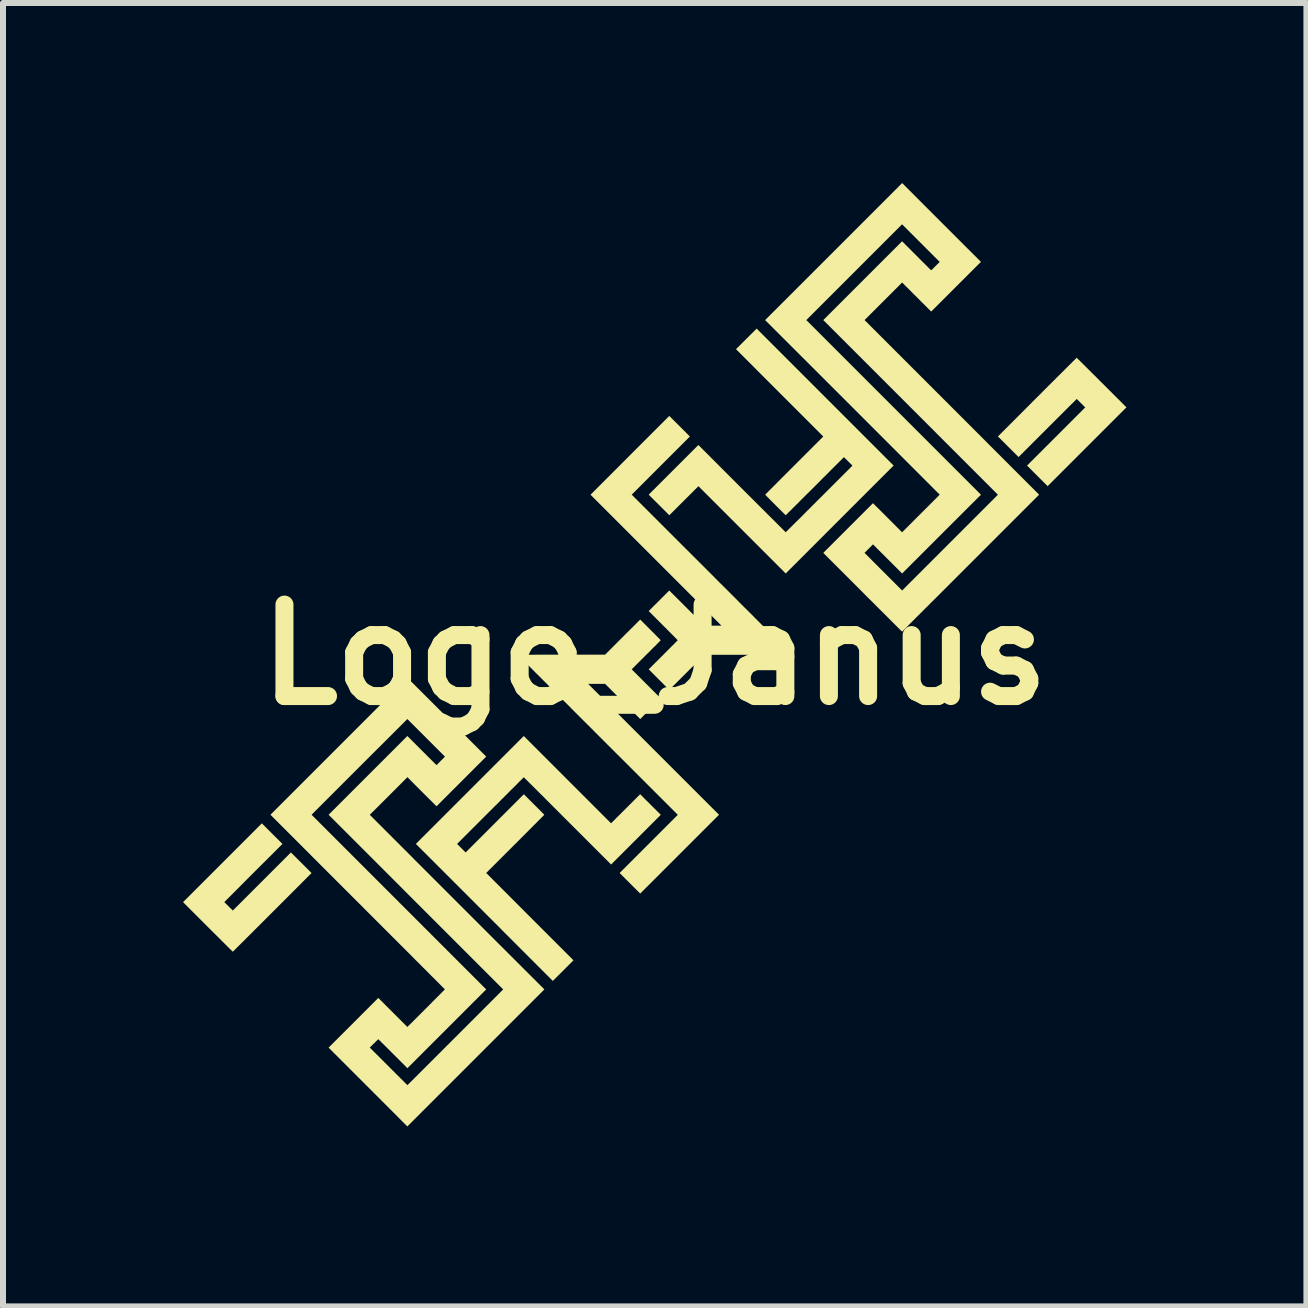
<source format=kicad_pcb>
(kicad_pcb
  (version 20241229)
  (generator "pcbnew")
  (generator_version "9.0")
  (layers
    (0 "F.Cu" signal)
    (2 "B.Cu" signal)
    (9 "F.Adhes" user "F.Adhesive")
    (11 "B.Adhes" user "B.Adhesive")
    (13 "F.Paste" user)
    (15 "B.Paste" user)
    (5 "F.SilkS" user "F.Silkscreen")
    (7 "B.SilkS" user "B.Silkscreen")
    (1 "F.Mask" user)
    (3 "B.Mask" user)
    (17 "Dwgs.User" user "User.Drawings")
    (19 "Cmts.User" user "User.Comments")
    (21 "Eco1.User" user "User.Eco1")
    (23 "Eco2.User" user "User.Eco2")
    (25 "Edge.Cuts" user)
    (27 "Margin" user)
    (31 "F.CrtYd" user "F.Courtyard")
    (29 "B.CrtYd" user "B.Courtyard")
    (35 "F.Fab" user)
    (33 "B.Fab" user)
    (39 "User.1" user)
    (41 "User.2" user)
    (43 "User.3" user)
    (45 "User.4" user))
  (footprint "Logo_Janus"
    (layer "F.Cu")
    (at 7.858 7.858)
    (property "Reference" "Logo_Janus" (at 0 0 0) (layer "F.SilkS") (effects (font (size 1.524 1.524) (thickness 0.3))))
    (attr board_only exclude_from_pos_files exclude_from_bom)
    (fp_poly (pts (xy 7.033 -4.946) (xy 7.037 -4.941) (xy 7.045 -4.934) (xy 7.054 -4.925) (xy 7.066 -4.913) (xy 7.081 -4.899) (xy 7.097 -4.882) (xy 7.116 -4.864) (xy 7.136 -4.843) (xy 7.159 -4.821) (xy 7.183 -4.797) (xy 7.209 -4.771) (xy 7.236 -4.744) (xy 7.265 -4.715) (xy 7.295 -4.685) (xy 7.327 -4.654) (xy 7.359 -4.622) (xy 7.392 -4.589) (xy 7.426 -4.554) (xy 7.447 -4.534) (xy 7.86 -4.121) (xy 7.203 -3.464) (xy 6.547 -2.808) (xy 6.376 -2.979) (xy 6.204 -3.151) (xy 6.689 -3.635) (xy 7.173 -4.12) (xy 7.032 -4.261) (xy 6.547 -3.777) (xy 6.063 -3.293) (xy 5.719 -3.636) (xy 6.374 -4.292) (xy 6.418 -4.335) (xy 6.46 -4.378) (xy 6.502 -4.42) (xy 6.543 -4.461) (xy 6.583 -4.501) (xy 6.622 -4.54) (xy 6.66 -4.577) (xy 6.696 -4.614) (xy 6.731 -4.649) (xy 6.765 -4.682) (xy 6.797 -4.714) (xy 6.828 -4.745) (xy 6.856 -4.773) (xy 6.883 -4.8) (xy 6.908 -4.825) (xy 6.931 -4.847) (xy 6.952 -4.868) (xy 6.97 -4.887) (xy 6.987 -4.903) (xy 7.001 -4.917) (xy 7.012 -4.928) (xy 7.021 -4.937) (xy 7.027 -4.943) (xy 7.031 -4.946) (xy 7.031 -4.947)) (stroke (width 0) (type solid)) (fill yes) (layer "F.SilkS"))
    (fp_poly (pts (xy -6.374 2.982) (xy -6.202 3.153) (xy -6.687 3.637) (xy -7.171 4.122) (xy -7.1 4.193) (xy -7.029 4.263) (xy -6.545 3.779) (xy -6.061 3.295) (xy -5.889 3.466) (xy -5.717 3.638) (xy -6.372 4.294) (xy -6.416 4.337) (xy -6.458 4.38) (xy -6.5 4.422) (xy -6.541 4.463) (xy -6.581 4.503) (xy -6.62 4.542) (xy -6.658 4.579) (xy -6.694 4.616) (xy -6.729 4.651) (xy -6.763 4.684) (xy -6.795 4.716) (xy -6.825 4.747) (xy -6.854 4.775) (xy -6.881 4.802) (xy -6.906 4.827) (xy -6.929 4.85) (xy -6.95 4.87) (xy -6.968 4.889) (xy -6.985 4.905) (xy -6.999 4.919) (xy -7.01 4.93) (xy -7.019 4.939) (xy -7.025 4.945) (xy -7.029 4.948) (xy -7.029 4.949) (xy -7.031 4.948) (xy -7.035 4.943) (xy -7.042 4.936) (xy -7.052 4.927) (xy -7.064 4.915) (xy -7.079 4.901) (xy -7.095 4.884) (xy -7.114 4.866) (xy -7.134 4.845) (xy -7.157 4.823) (xy -7.181 4.799) (xy -7.207 4.773) (xy -7.234 4.746) (xy -7.263 4.717) (xy -7.293 4.687) (xy -7.324 4.656) (xy -7.357 4.624) (xy -7.39 4.591) (xy -7.424 4.557) (xy -7.445 4.536) (xy -7.858 4.123) (xy -7.201 3.466) (xy -6.545 2.81)) (stroke (width 0) (type solid)) (fill yes) (layer "F.SilkS"))
    (fp_poly (pts (xy -1.454 2.082) (xy -0.727 2.809) (xy -0.484 2.567) (xy -0.242 2.325) (xy -0.07 2.497) (xy 0.102 2.668) (xy -0.726 3.496) (xy -1.453 2.769) (xy -1.499 2.723) (xy -1.544 2.678) (xy -1.588 2.634) (xy -1.631 2.59) (xy -1.674 2.548) (xy -1.715 2.507) (xy -1.755 2.467) (xy -1.794 2.428) (xy -1.831 2.39) (xy -1.867 2.354) (xy -1.902 2.32) (xy -1.935 2.287) (xy -1.966 2.256) (xy -1.996 2.226) (xy -2.024 2.198) (xy -2.049 2.173) (xy -2.073 2.149) (xy -2.095 2.128) (xy -2.114 2.108) (xy -2.131 2.091) (xy -2.146 2.077) (xy -2.158 2.065) (xy -2.168 2.055) (xy -2.175 2.048) (xy -2.179 2.044) (xy -2.181 2.043) (xy -2.181 2.043) (xy -2.182 2.044) (xy -2.187 2.048) (xy -2.194 2.055) (xy -2.203 2.065) (xy -2.215 2.077) (xy -2.23 2.092) (xy -2.247 2.108) (xy -2.266 2.127) (xy -2.287 2.149) (xy -2.31 2.172) (xy -2.335 2.197) (xy -2.362 2.224) (xy -2.391 2.252) (xy -2.421 2.282) (xy -2.452 2.314) (xy -2.486 2.347) (xy -2.52 2.382) (xy -2.556 2.417) (xy -2.592 2.454) (xy -2.63 2.492) (xy -2.669 2.53) (xy -2.708 2.57) (xy -2.737 2.598) (xy -3.292 3.153) (xy -3.15 3.295) (xy -2.665 2.81) (xy -2.18 2.325) (xy -2.01 2.495) (xy -1.988 2.517) (xy -1.966 2.538) (xy -1.946 2.559) (xy -1.927 2.578) (xy -1.91 2.595) (xy -1.894 2.612) (xy -1.879 2.626) (xy -1.867 2.639) (xy -1.856 2.649) (xy -1.848 2.658) (xy -1.843 2.664) (xy -1.84 2.667) (xy -1.839 2.667) (xy -1.841 2.669) (xy -1.845 2.673) (xy -1.852 2.681) (xy -1.861 2.69) (xy -1.873 2.702) (xy -1.888 2.717) (xy -1.904 2.734) (xy -1.923 2.752) (xy -1.944 2.773) (xy -1.967 2.796) (xy -1.991 2.821) (xy -2.018 2.847) (xy -2.046 2.876) (xy -2.075 2.905) (xy -2.106 2.936) (xy -2.138 2.968) (xy -2.172 3.002) (xy -2.206 3.036) (xy -2.242 3.072) (xy -2.278 3.108) (xy -2.315 3.146) (xy -2.323 3.153) (xy -2.807 3.637) (xy -2.08 4.365) (xy -1.353 5.092) (xy -1.525 5.264) (xy -1.697 5.436) (xy -2.838 4.294) (xy -3.979 3.153) (xy -2.181 1.355)) (stroke (width 0) (type solid)) (fill yes) (layer "F.SilkS"))
    (fp_poly (pts (xy 0.415 -3.807) (xy 0.586 -3.635) (xy -0.383 -2.666) (xy 0.95 -1.334) (xy 1.012 -1.272) (xy 1.073 -1.21) (xy 1.134 -1.15) (xy 1.194 -1.09) (xy 1.253 -1.031) (xy 1.311 -0.973) (xy 1.368 -0.916) (xy 1.423 -0.86) (xy 1.478 -0.805) (xy 1.532 -0.752) (xy 1.584 -0.7) (xy 1.635 -0.649) (xy 1.684 -0.599) (xy 1.732 -0.552) (xy 1.778 -0.505) (xy 1.823 -0.46) (xy 1.866 -0.417) (xy 1.907 -0.376) (xy 1.947 -0.336) (xy 1.985 -0.298) (xy 2.02 -0.263) (xy 2.054 -0.229) (xy 2.086 -0.197) (xy 2.115 -0.167) (xy 2.143 -0.14) (xy 2.168 -0.115) (xy 2.191 -0.092) (xy 2.211 -0.071) (xy 2.229 -0.053) (xy 2.245 -0.038) (xy 2.258 -0.025) (xy 2.268 -0.014) (xy 2.276 -0.007) (xy 2.281 -0.002) (xy 2.283 0.000438) (xy 2.283 0.001) (xy 2.281 0.001) (xy 2.275 0.001) (xy 2.265 0.001) (xy 2.251 0.001) (xy 2.234 0.001) (xy 2.214 0.001) (xy 2.19 0.001) (xy 2.164 0.001) (xy 2.134 0.001) (xy 2.102 0.002) (xy 2.067 0.002) (xy 2.029 0.002) (xy 1.989 0.002) (xy 1.947 0.002) (xy 1.903 0.002) (xy 1.857 0.002) (xy 1.809 0.002) (xy 1.759 0.002) (xy 1.708 0.002) (xy 1.656 0.002) (xy 1.603 0.002) (xy 1.555 0.002) (xy 0.828 0.002) (xy 0.243 0.587) (xy -0.1 0.244) (xy 0.142 0.003) (xy 0.168 -0.024) (xy 0.194 -0.049) (xy 0.218 -0.074) (xy 0.242 -0.097) (xy 0.264 -0.12) (xy 0.285 -0.14) (xy 0.304 -0.16) (xy 0.322 -0.177) (xy 0.337 -0.193) (xy 0.351 -0.207) (xy 0.362 -0.219) (xy 0.372 -0.228) (xy 0.378 -0.235) (xy 0.382 -0.24) (xy 0.384 -0.241) (xy 0.382 -0.243) (xy 0.378 -0.247) (xy 0.371 -0.254) (xy 0.362 -0.264) (xy 0.351 -0.275) (xy 0.337 -0.289) (xy 0.321 -0.305) (xy 0.304 -0.323) (xy 0.284 -0.342) (xy 0.264 -0.363) (xy 0.242 -0.385) (xy 0.218 -0.409) (xy 0.194 -0.434) (xy 0.168 -0.459) (xy 0.142 -0.485) (xy -0.1 -0.727) (xy 0.072 -0.898) (xy 0.243 -1.069) (xy 0.536 -0.777) (xy 0.828 -0.484) (xy 1.112 -0.484) (xy 0.021 -1.575) (xy -1.069 -2.665) (xy -0.413 -3.322) (xy 0.243 -3.978)) (stroke (width 0) (type solid)) (fill yes) (layer "F.SilkS"))
    (fp_poly (pts (xy -0.07 -0.414) (xy -0.048 -0.392) (xy -0.027 -0.371) (xy -0.007 -0.351) (xy 0.012 -0.331) (xy 0.03 -0.314) (xy 0.046 -0.297) (xy 0.06 -0.283) (xy 0.073 -0.27) (xy 0.083 -0.26) (xy 0.091 -0.251) (xy 0.097 -0.245) (xy 0.1 -0.242) (xy 0.101 -0.241) (xy 0.099 -0.239) (xy 0.095 -0.235) (xy 0.088 -0.228) (xy 0.079 -0.219) (xy 0.068 -0.207) (xy 0.055 -0.194) (xy 0.04 -0.179) (xy 0.024 -0.162) (xy 0.006 -0.144) (xy -0.014 -0.125) (xy -0.034 -0.105) (xy -0.055 -0.084) (xy -0.056 -0.083) (xy -0.079 -0.059) (xy -0.103 -0.035) (xy -0.128 -0.011) (xy -0.152 0.013) (xy -0.176 0.037) (xy -0.199 0.061) (xy -0.222 0.083) (xy -0.243 0.104) (xy -0.262 0.123) (xy -0.279 0.14) (xy -0.294 0.155) (xy -0.298 0.159) (xy -0.383 0.244) (xy -0.141 0.486) (xy 0.102 0.729) (xy -0.07 0.9) (xy -0.241 1.072) (xy -0.534 0.779) (xy -0.826 0.486) (xy -1.109 0.486) (xy -0.019 1.577) (xy 1.072 2.667) (xy 0.415 3.324) (xy -0.241 3.98) (xy -0.413 3.809) (xy -0.584 3.637) (xy -0.1 3.153) (xy 0.385 2.668) (xy -0.948 1.336) (xy -1.01 1.274) (xy -1.071 1.212) (xy -1.132 1.152) (xy -1.192 1.092) (xy -1.251 1.033) (xy -1.309 0.975) (xy -1.366 0.918) (xy -1.421 0.862) (xy -1.476 0.807) (xy -1.53 0.754) (xy -1.582 0.702) (xy -1.632 0.651) (xy -1.682 0.602) (xy -1.73 0.554) (xy -1.776 0.507) (xy -1.821 0.462) (xy -1.864 0.419) (xy -1.905 0.378) (xy -1.945 0.338) (xy -1.983 0.301) (xy -2.018 0.265) (xy -2.052 0.231) (xy -2.084 0.199) (xy -2.113 0.169) (xy -2.141 0.142) (xy -2.166 0.117) (xy -2.189 0.094) (xy -2.209 0.073) (xy -2.227 0.055) (xy -2.243 0.04) (xy -2.256 0.027) (xy -2.266 0.016) (xy -2.274 0.009) (xy -2.278 0.004) (xy -2.28 0.002) (xy -2.281 0.002) (xy -2.279 0.001) (xy -2.273 0.001) (xy -2.263 0.001) (xy -2.249 0.001) (xy -2.232 0.001) (xy -2.212 0.001) (xy -2.188 0.001) (xy -2.162 0.001) (xy -2.132 0.001) (xy -2.1 0.001) (xy -2.065 0.000447) (xy -2.027 0.000373) (xy -1.987 0.000306) (xy -1.945 0.000244) (xy -1.901 0.000188) (xy -1.855 0.000139) (xy -1.807 0.000097) (xy -1.757 0.000062) (xy -1.706 0.000034) (xy -1.654 0.000015) (xy -1.601 0.000003) (xy -1.553 0) (xy -0.826 0) (xy -0.534 -0.293) (xy -0.241 -0.585)) (stroke (width 0) (type solid)) (fill yes) (layer "F.SilkS"))
    (fp_poly (pts (xy 4.779 -7.201) (xy 5.436 -6.545) (xy 5.021 -6.131) (xy 4.607 -5.717) (xy 4.365 -5.959) (xy 4.123 -6.201) (xy 3.497 -5.575) (xy 4.951 -4.121) (xy 6.405 -2.666) (xy 5.264 -1.525) (xy 5.207 -1.468) (xy 5.15 -1.411) (xy 5.094 -1.355) (xy 5.039 -1.3) (xy 4.985 -1.246) (xy 4.931 -1.192) (xy 4.879 -1.14) (xy 4.828 -1.089) (xy 4.778 -1.039) (xy 4.73 -0.991) (xy 4.683 -0.944) (xy 4.637 -0.898) (xy 4.592 -0.854) (xy 4.55 -0.811) (xy 4.508 -0.77) (xy 4.469 -0.73) (xy 4.431 -0.692) (xy 4.395 -0.657) (xy 4.361 -0.623) (xy 4.329 -0.591) (xy 4.299 -0.561) (xy 4.271 -0.533) (xy 4.245 -0.507) (xy 4.222 -0.483) (xy 4.201 -0.462) (xy 4.182 -0.443) (xy 4.165 -0.427) (xy 4.151 -0.413) (xy 4.14 -0.402) (xy 4.131 -0.393) (xy 4.125 -0.387) (xy 4.122 -0.384) (xy 4.122 -0.384) (xy 4.12 -0.385) (xy 4.116 -0.39) (xy 4.109 -0.397) (xy 4.099 -0.406) (xy 4.087 -0.418) (xy 4.072 -0.433) (xy 4.055 -0.45) (xy 4.036 -0.469) (xy 4.015 -0.49) (xy 3.991 -0.514) (xy 3.966 -0.539) (xy 3.938 -0.567) (xy 3.909 -0.596) (xy 3.878 -0.627) (xy 3.846 -0.659) (xy 3.812 -0.693) (xy 3.776 -0.729) (xy 3.739 -0.765) (xy 3.701 -0.803) (xy 3.662 -0.843) (xy 3.622 -0.883) (xy 3.58 -0.924) (xy 3.538 -0.966) (xy 3.495 -1.009) (xy 3.465 -1.04) (xy 2.809 -1.696) (xy 3.223 -2.11) (xy 3.637 -2.524) (xy 3.88 -2.282) (xy 4.122 -2.039) (xy 4.749 -2.666) (xy 3.295 -4.121) (xy 1.84 -5.575) (xy 2.526 -5.575) (xy 3.981 -4.12) (xy 5.436 -2.665) (xy 4.779 -2.009) (xy 4.123 -1.353) (xy 3.88 -1.595) (xy 3.637 -1.838) (xy 3.567 -1.767) (xy 3.496 -1.697) (xy 4.123 -1.069) (xy 4.921 -1.867) (xy 5.719 -2.665) (xy 4.264 -4.12) (xy 2.809 -5.575) (xy 3.465 -6.231) (xy 4.122 -6.888) (xy 4.364 -6.646) (xy 4.39 -6.62) (xy 4.415 -6.594) (xy 4.44 -6.57) (xy 4.463 -6.546) (xy 4.486 -6.524) (xy 4.507 -6.503) (xy 4.526 -6.484) (xy 4.544 -6.467) (xy 4.559 -6.451) (xy 4.573 -6.437) (xy 4.585 -6.426) (xy 4.594 -6.417) (xy 4.601 -6.41) (xy 4.606 -6.406) (xy 4.607 -6.404) (xy 4.609 -6.406) (xy 4.614 -6.41) (xy 4.62 -6.416) (xy 4.629 -6.425) (xy 4.64 -6.435) (xy 4.651 -6.447) (xy 4.665 -6.46) (xy 4.678 -6.474) (xy 4.679 -6.474) (xy 4.749 -6.544) (xy 4.435 -6.858) (xy 4.122 -7.171) (xy 2.526 -5.575) (xy 1.84 -5.575) (xy 2.982 -6.716) (xy 4.123 -7.858)) (stroke (width 0) (type solid)) (fill yes) (layer "F.SilkS"))
    (fp_poly (pts (xy 2.84 -4.292) (xy 3.981 -3.151) (xy 3.082 -2.252) (xy 2.183 -1.353) (xy 0.729 -2.807) (xy 0.486 -2.565) (xy 0.244 -2.323) (xy 0.072 -2.495) (xy -0.1 -2.666) (xy 0.314 -3.08) (xy 0.728 -3.494) (xy 1.454 -2.767) (xy 1.5 -2.721) (xy 1.545 -2.676) (xy 1.589 -2.632) (xy 1.633 -2.589) (xy 1.675 -2.546) (xy 1.716 -2.505) (xy 1.757 -2.465) (xy 1.796 -2.426) (xy 1.833 -2.389) (xy 1.869 -2.353) (xy 1.904 -2.318) (xy 1.937 -2.285) (xy 1.968 -2.254) (xy 1.998 -2.224) (xy 2.026 -2.197) (xy 2.051 -2.171) (xy 2.075 -2.147) (xy 2.097 -2.126) (xy 2.116 -2.106) (xy 2.133 -2.089) (xy 2.148 -2.075) (xy 2.16 -2.063) (xy 2.17 -2.053) (xy 2.177 -2.046) (xy 2.181 -2.042) (xy 2.183 -2.04) (xy 2.185 -2.042) (xy 2.189 -2.046) (xy 2.196 -2.053) (xy 2.206 -2.063) (xy 2.218 -2.075) (xy 2.233 -2.089) (xy 2.249 -2.106) (xy 2.269 -2.125) (xy 2.29 -2.146) (xy 2.313 -2.169) (xy 2.338 -2.194) (xy 2.365 -2.221) (xy 2.394 -2.249) (xy 2.424 -2.279) (xy 2.456 -2.311) (xy 2.489 -2.344) (xy 2.523 -2.379) (xy 2.559 -2.414) (xy 2.596 -2.451) (xy 2.633 -2.489) (xy 2.672 -2.527) (xy 2.711 -2.567) (xy 2.74 -2.595) (xy 3.295 -3.15) (xy 3.224 -3.221) (xy 3.153 -3.291) (xy 2.926 -3.065) (xy 2.898 -3.036) (xy 2.867 -3.005) (xy 2.834 -2.972) (xy 2.799 -2.938) (xy 2.763 -2.901) (xy 2.726 -2.864) (xy 2.688 -2.826) (xy 2.612 -2.75) (xy 2.575 -2.713) (xy 2.538 -2.677) (xy 2.503 -2.642) (xy 2.469 -2.608) (xy 2.442 -2.581) (xy 2.415 -2.554) (xy 2.389 -2.527) (xy 2.363 -2.502) (xy 2.339 -2.478) (xy 2.316 -2.455) (xy 2.294 -2.433) (xy 2.274 -2.413) (xy 2.255 -2.394) (xy 2.238 -2.378) (xy 2.223 -2.363) (xy 2.211 -2.35) (xy 2.2 -2.34) (xy 2.192 -2.332) (xy 2.186 -2.327) (xy 2.183 -2.324) (xy 2.183 -2.324) (xy 2.181 -2.325) (xy 2.177 -2.329) (xy 2.17 -2.336) (xy 2.161 -2.345) (xy 2.15 -2.356) (xy 2.137 -2.368) (xy 2.123 -2.382) (xy 2.107 -2.398) (xy 2.09 -2.415) (xy 2.072 -2.433) (xy 2.054 -2.451) (xy 2.034 -2.47) (xy 2.015 -2.489) (xy 1.996 -2.509) (xy 1.977 -2.528) (xy 1.958 -2.547) (xy 1.94 -2.565) (xy 1.923 -2.582) (xy 1.907 -2.599) (xy 1.892 -2.614) (xy 1.878 -2.627) (xy 1.867 -2.639) (xy 1.857 -2.649) (xy 1.849 -2.657) (xy 1.844 -2.662) (xy 1.842 -2.665) (xy 1.841 -2.665) (xy 1.843 -2.667) (xy 1.847 -2.671) (xy 1.854 -2.678) (xy 1.863 -2.688) (xy 1.875 -2.7) (xy 1.89 -2.715) (xy 1.906 -2.732) (xy 1.925 -2.75) (xy 1.946 -2.771) (xy 1.969 -2.794) (xy 1.993 -2.819) (xy 2.02 -2.845) (xy 2.048 -2.874) (xy 2.077 -2.903) (xy 2.108 -2.934) (xy 2.14 -2.966) (xy 2.174 -3) (xy 2.208 -3.034) (xy 2.244 -3.07) (xy 2.28 -3.106) (xy 2.317 -3.143) (xy 2.325 -3.151) (xy 2.809 -3.635) (xy 2.082 -4.362) (xy 1.355 -5.09) (xy 1.527 -5.262) (xy 1.699 -5.433)) (stroke (width 0) (type solid)) (fill yes) (layer "F.SilkS"))
    (fp_poly (pts (xy -3.463 1.041) (xy -2.807 1.698) (xy -3.221 2.112) (xy -3.635 2.526) (xy -3.878 2.284) (xy -4.12 2.041) (xy -4.433 2.355) (xy -4.747 2.668) (xy -3.293 4.123) (xy -1.838 5.577) (xy -2.979 6.718) (xy -4.121 7.86) (xy -4.777 7.203) (xy -5.433 6.547) (xy -5.019 6.133) (xy -4.605 5.719) (xy -4.363 5.961) (xy -4.121 6.203) (xy -3.808 5.891) (xy -3.778 5.861) (xy -3.749 5.832) (xy -3.721 5.803) (xy -3.694 5.776) (xy -3.668 5.75) (xy -3.643 5.725) (xy -3.62 5.702) (xy -3.598 5.68) (xy -3.578 5.66) (xy -3.56 5.642) (xy -3.544 5.625) (xy -3.53 5.611) (xy -3.518 5.599) (xy -3.509 5.59) (xy -3.502 5.582) (xy -3.497 5.578) (xy -3.496 5.576) (xy -3.496 5.576) (xy -3.497 5.575) (xy -3.501 5.57) (xy -3.509 5.563) (xy -3.518 5.553) (xy -3.531 5.541) (xy -3.546 5.526) (xy -3.563 5.508) (xy -3.583 5.488) (xy -3.606 5.465) (xy -3.631 5.44) (xy -3.658 5.413) (xy -3.687 5.384) (xy -3.719 5.352) (xy -3.752 5.319) (xy -3.788 5.283) (xy -3.825 5.245) (xy -3.865 5.206) (xy -3.906 5.164) (xy -3.95 5.121) (xy -3.995 5.076) (xy -4.041 5.029) (xy -4.089 4.981) (xy -4.139 4.931) (xy -4.19 4.88) (xy -4.243 4.827) (xy -4.297 4.773) (xy -4.353 4.717) (xy -4.409 4.661) (xy -4.467 4.603) (xy -4.526 4.544) (xy -4.586 4.484) (xy -4.647 4.423) (xy -4.709 4.361) (xy -4.772 4.298) (xy -4.835 4.235) (xy -4.899 4.17) (xy -4.949 4.121) (xy -6.402 2.667) (xy -6.402 2.667) (xy -5.717 2.667) (xy -4.262 4.122) (xy -2.807 5.577) (xy -4.12 6.89) (xy -4.361 6.648) (xy -4.388 6.622) (xy -4.413 6.596) (xy -4.438 6.572) (xy -4.461 6.548) (xy -4.484 6.526) (xy -4.504 6.506) (xy -4.524 6.486) (xy -4.542 6.469) (xy -4.557 6.453) (xy -4.571 6.439) (xy -4.583 6.428) (xy -4.592 6.419) (xy -4.599 6.412) (xy -4.604 6.408) (xy -4.605 6.406) (xy -4.607 6.408) (xy -4.611 6.412) (xy -4.618 6.418) (xy -4.627 6.427) (xy -4.637 6.437) (xy -4.649 6.449) (xy -4.662 6.462) (xy -4.676 6.476) (xy -4.677 6.476) (xy -4.747 6.546) (xy -4.434 6.859) (xy -4.404 6.889) (xy -4.375 6.918) (xy -4.346 6.946) (xy -4.319 6.974) (xy -4.293 7) (xy -4.268 7.024) (xy -4.245 7.048) (xy -4.223 7.069) (xy -4.203 7.089) (xy -4.185 7.107) (xy -4.169 7.124) (xy -4.155 7.138) (xy -4.143 7.15) (xy -4.133 7.159) (xy -4.126 7.166) (xy -4.121 7.17) (xy -4.12 7.172) (xy -4.12 7.172) (xy -4.118 7.171) (xy -4.114 7.166) (xy -4.107 7.159) (xy -4.097 7.15) (xy -4.085 7.138) (xy -4.07 7.123) (xy -4.053 7.106) (xy -4.033 7.086) (xy -4.012 7.065) (xy -3.988 7.041) (xy -3.962 7.015) (xy -3.934 6.987) (xy -3.904 6.957) (xy -3.872 6.925) (xy -3.839 6.892) (xy -3.804 6.857) (xy -3.767 6.82) (xy -3.729 6.782) (xy -3.69 6.743) (xy -3.649 6.702) (xy -3.607 6.66) (xy -3.563 6.617) (xy -3.519 6.572) (xy -3.474 6.527) (xy -3.427 6.481) (xy -3.38 6.434) (xy -3.332 6.386) (xy -3.321 6.375) (xy -2.524 5.577) (xy -3.979 4.122) (xy -5.433 2.667) (xy -4.777 2.011) (xy -4.121 1.355) (xy -3.878 1.598) (xy -3.635 1.84) (xy -3.494 1.699) (xy -4.121 1.072) (xy -4.919 1.869) (xy -5.717 2.667) (xy -6.402 2.667) (xy -5.261 1.526) (xy -4.12 0.385)) (stroke (width 0) (type solid)) (fill yes) (layer "F.SilkS")))
  (gr_rect
    (start -3 -3)
    (end 18.717 18.717)
    (stroke (width 0.1) (type default))
    (fill no)
    (layer "Edge.Cuts")))
</source>
